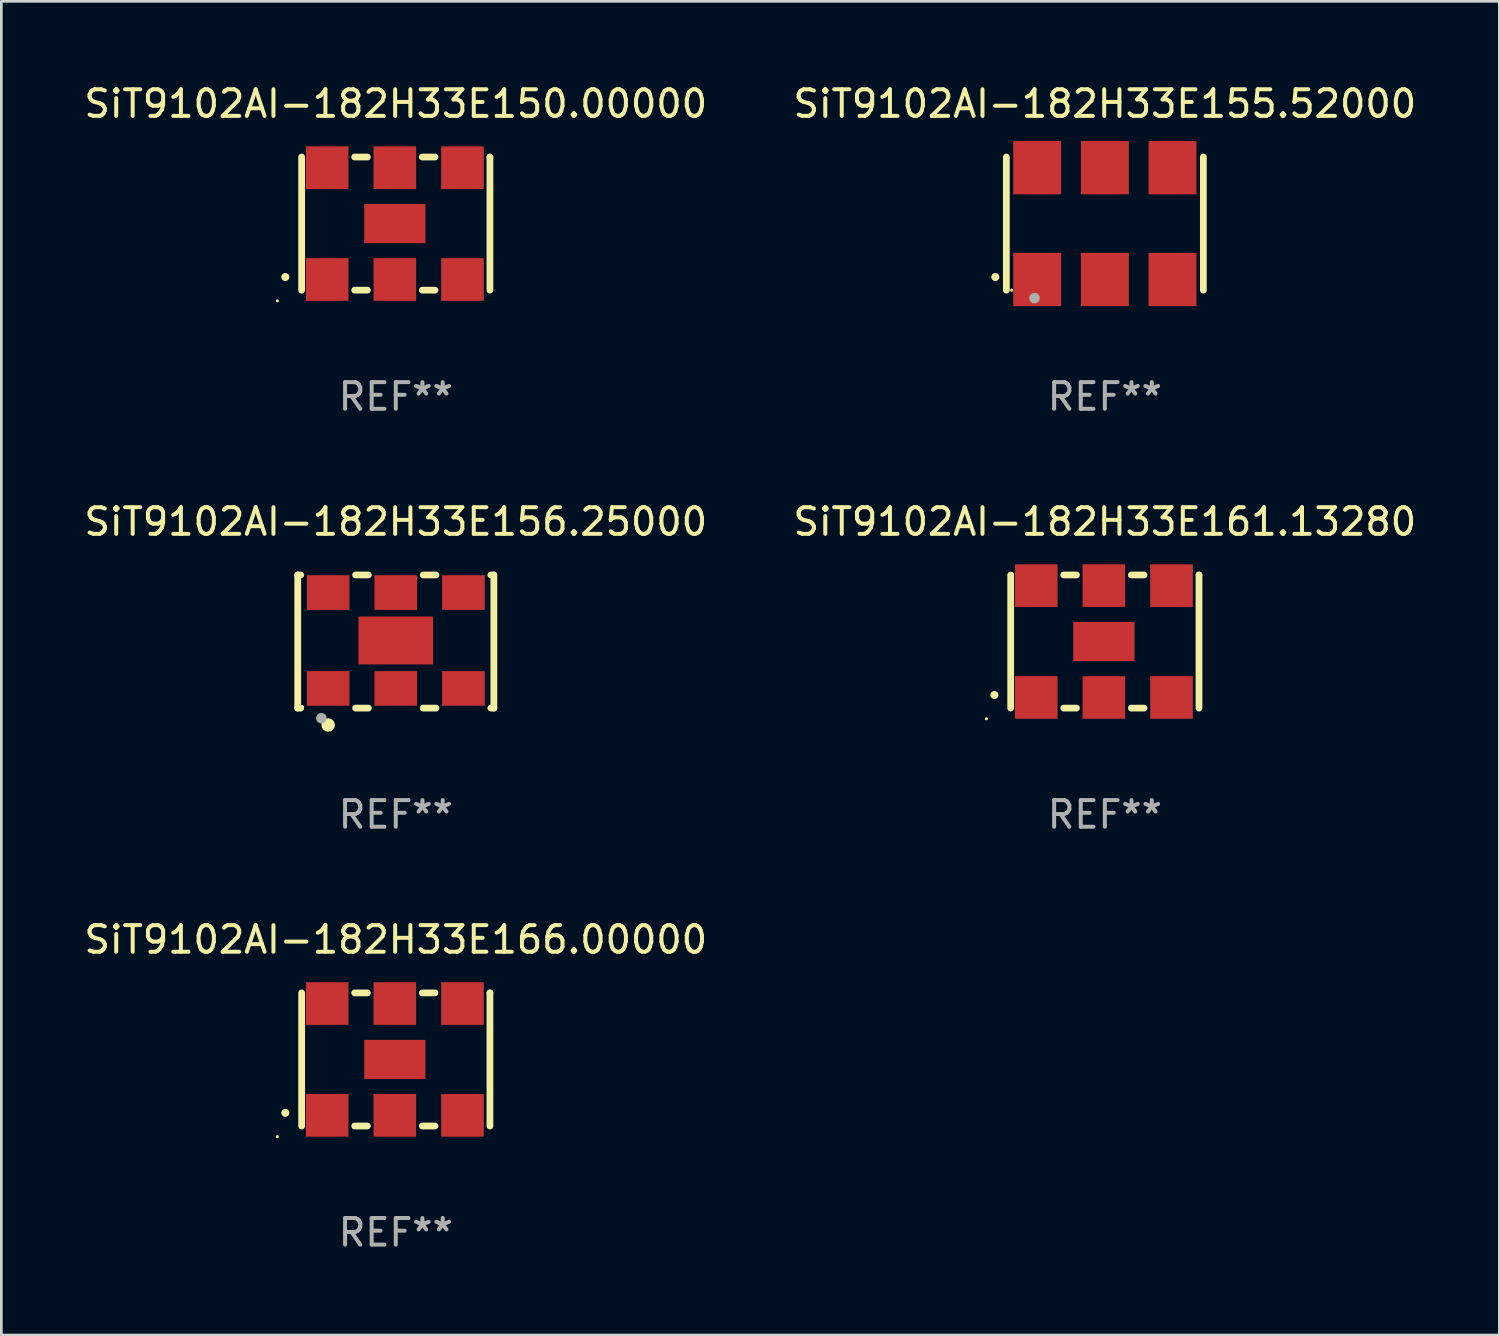
<source format=kicad_pcb>
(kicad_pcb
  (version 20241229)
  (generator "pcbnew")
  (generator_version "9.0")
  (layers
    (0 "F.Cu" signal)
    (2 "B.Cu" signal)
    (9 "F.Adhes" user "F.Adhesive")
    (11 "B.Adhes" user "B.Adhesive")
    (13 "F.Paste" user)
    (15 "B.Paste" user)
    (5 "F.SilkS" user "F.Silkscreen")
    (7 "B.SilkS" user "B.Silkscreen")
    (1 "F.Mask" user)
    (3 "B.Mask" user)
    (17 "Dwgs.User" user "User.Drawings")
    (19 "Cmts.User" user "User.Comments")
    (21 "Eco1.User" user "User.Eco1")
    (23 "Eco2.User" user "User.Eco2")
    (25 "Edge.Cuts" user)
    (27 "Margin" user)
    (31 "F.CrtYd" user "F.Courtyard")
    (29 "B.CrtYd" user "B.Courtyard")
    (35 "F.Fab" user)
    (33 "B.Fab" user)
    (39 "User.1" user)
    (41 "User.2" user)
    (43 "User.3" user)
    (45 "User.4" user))
  (footprint "SiT9102AI-182H33E161.13280"
    (layer "F.Cu")
    (at 38.446 21.045)
    (property "Reference" "SiT9102AI-182H33E161.13280" (at 0 -4.5 0) (layer "F.SilkS") (effects (font (size 1 1) (thickness 0.15))))
    (attr through_hole)
    (fp_line (start -3.536 -2.5) (end -3.536 2.5) (stroke (width 0.254) (type solid)) (layer "F.SilkS"))
    (fp_line (start -1.544 2.5) (end -1.067 2.5) (stroke (width 0.254) (type solid)) (layer "F.SilkS"))
    (fp_line (start -1.067 -2.5) (end -1.544 -2.5) (stroke (width 0.254) (type solid)) (layer "F.SilkS"))
    (fp_line (start 0.996 2.5) (end 1.473 2.5) (stroke (width 0.254) (type solid)) (layer "F.SilkS"))
    (fp_line (start 1.473 -2.5) (end 0.996 -2.5) (stroke (width 0.254) (type solid)) (layer "F.SilkS"))
    (fp_line (start 3.536 -2.5) (end 3.536 -2.5) (stroke (width 0.254) (type solid)) (layer "F.SilkS"))
    (fp_line (start 3.536 2.5) (end 3.536 -2.5) (stroke (width 0.254) (type solid)) (layer "F.SilkS"))
    (fp_arc (start -4.150432 2.006604) (mid -4.149162 2.006599) (end -4.147892 2.006604) (stroke (width 0.3) (type solid)) (layer "F.SilkS"))
    (fp_circle (center -4.449 2.9) (end -4.419 2.9) (stroke (width 0.06) (type solid)) (fill no) (layer "F.SilkS"))
    (fp_text user "REF**" (at 0 6.5 0) (layer "F.Fab") (effects (font (size 1 1) (thickness 0.15))))
    (pad "1" smd rect (at -2.576 2.1) (size 1.6 1.6) (layers "F.Cu" "F.Mask" "F.Paste"))
    (pad "2" smd rect (at -0.036 2.1) (size 1.6 1.6) (layers "F.Cu" "F.Mask" "F.Paste"))
    (pad "3" smd rect (at 2.504 2.1) (size 1.6 1.6) (layers "F.Cu" "F.Mask" "F.Paste"))
    (pad "4" smd rect (at 2.504 -2.1) (size 1.6 1.6) (layers "F.Cu" "F.Mask" "F.Paste"))
    (pad "5" smd rect (at -0.036 -2.1) (size 1.6 1.6) (layers "F.Cu" "F.Mask" "F.Paste"))
    (pad "6" smd rect (at -2.576 -2.1) (size 1.6 1.6) (layers "F.Cu" "F.Mask" "F.Paste"))
    (pad "7" smd rect (at -0.036 0) (size 2.3 1.47) (layers "F.Cu" "F.Mask" "F.Paste")))
  (footprint "SiT9102AI-182H33E166.00000"
    (layer "F.Cu")
    (at 11.815 36.741)
    (property "Reference" "SiT9102AI-182H33E166.00000" (at 0 -4.5 0) (layer "F.SilkS") (effects (font (size 1 1) (thickness 0.15))))
    (attr through_hole)
    (fp_line (start -3.536 -2.5) (end -3.536 2.5) (stroke (width 0.254) (type solid)) (layer "F.SilkS"))
    (fp_line (start -1.544 2.5) (end -1.067 2.5) (stroke (width 0.254) (type solid)) (layer "F.SilkS"))
    (fp_line (start -1.067 -2.5) (end -1.544 -2.5) (stroke (width 0.254) (type solid)) (layer "F.SilkS"))
    (fp_line (start 0.996 2.5) (end 1.473 2.5) (stroke (width 0.254) (type solid)) (layer "F.SilkS"))
    (fp_line (start 1.473 -2.5) (end 0.996 -2.5) (stroke (width 0.254) (type solid)) (layer "F.SilkS"))
    (fp_line (start 3.536 -2.5) (end 3.536 -2.5) (stroke (width 0.254) (type solid)) (layer "F.SilkS"))
    (fp_line (start 3.536 2.5) (end 3.536 -2.5) (stroke (width 0.254) (type solid)) (layer "F.SilkS"))
    (fp_arc (start -4.150432 2.006604) (mid -4.149162 2.006599) (end -4.147892 2.006604) (stroke (width 0.3) (type solid)) (layer "F.SilkS"))
    (fp_circle (center -4.449 2.9) (end -4.419 2.9) (stroke (width 0.06) (type solid)) (fill no) (layer "F.SilkS"))
    (fp_text user "REF**" (at 0 6.5 0) (layer "F.Fab") (effects (font (size 1 1) (thickness 0.15))))
    (pad "1" smd rect (at -2.576 2.1) (size 1.6 1.6) (layers "F.Cu" "F.Mask" "F.Paste"))
    (pad "2" smd rect (at -0.036 2.1) (size 1.6 1.6) (layers "F.Cu" "F.Mask" "F.Paste"))
    (pad "3" smd rect (at 2.504 2.1) (size 1.6 1.6) (layers "F.Cu" "F.Mask" "F.Paste"))
    (pad "4" smd rect (at 2.504 -2.1) (size 1.6 1.6) (layers "F.Cu" "F.Mask" "F.Paste"))
    (pad "5" smd rect (at -0.036 -2.1) (size 1.6 1.6) (layers "F.Cu" "F.Mask" "F.Paste"))
    (pad "6" smd rect (at -2.576 -2.1) (size 1.6 1.6) (layers "F.Cu" "F.Mask" "F.Paste"))
    (pad "7" smd rect (at -0.036 0) (size 2.3 1.47) (layers "F.Cu" "F.Mask" "F.Paste")))
  (footprint "SiT9102AI-182H33E150.00000"
    (layer "F.Cu")
    (at 11.815 5.348)
    (property "Reference" "SiT9102AI-182H33E150.00000" (at 0 -4.5 0) (layer "F.SilkS") (effects (font (size 1 1) (thickness 0.15))))
    (attr through_hole)
    (fp_line (start -3.536 -2.5) (end -3.536 2.5) (stroke (width 0.254) (type solid)) (layer "F.SilkS"))
    (fp_line (start -1.544 2.5) (end -1.067 2.5) (stroke (width 0.254) (type solid)) (layer "F.SilkS"))
    (fp_line (start -1.067 -2.5) (end -1.544 -2.5) (stroke (width 0.254) (type solid)) (layer "F.SilkS"))
    (fp_line (start 0.996 2.5) (end 1.473 2.5) (stroke (width 0.254) (type solid)) (layer "F.SilkS"))
    (fp_line (start 1.473 -2.5) (end 0.996 -2.5) (stroke (width 0.254) (type solid)) (layer "F.SilkS"))
    (fp_line (start 3.536 -2.5) (end 3.536 -2.5) (stroke (width 0.254) (type solid)) (layer "F.SilkS"))
    (fp_line (start 3.536 2.5) (end 3.536 -2.5) (stroke (width 0.254) (type solid)) (layer "F.SilkS"))
    (fp_arc (start -4.150432 2.006604) (mid -4.149162 2.006599) (end -4.147892 2.006604) (stroke (width 0.3) (type solid)) (layer "F.SilkS"))
    (fp_circle (center -4.449 2.9) (end -4.419 2.9) (stroke (width 0.06) (type solid)) (fill no) (layer "F.SilkS"))
    (fp_text user "REF**" (at 0 6.5 0) (layer "F.Fab") (effects (font (size 1 1) (thickness 0.15))))
    (pad "1" smd rect (at -2.576 2.1) (size 1.6 1.6) (layers "F.Cu" "F.Mask" "F.Paste"))
    (pad "2" smd rect (at -0.036 2.1) (size 1.6 1.6) (layers "F.Cu" "F.Mask" "F.Paste"))
    (pad "3" smd rect (at 2.504 2.1) (size 1.6 1.6) (layers "F.Cu" "F.Mask" "F.Paste"))
    (pad "4" smd rect (at 2.504 -2.1) (size 1.6 1.6) (layers "F.Cu" "F.Mask" "F.Paste"))
    (pad "5" smd rect (at -0.036 -2.1) (size 1.6 1.6) (layers "F.Cu" "F.Mask" "F.Paste"))
    (pad "6" smd rect (at -2.576 -2.1) (size 1.6 1.6) (layers "F.Cu" "F.Mask" "F.Paste"))
    (pad "7" smd rect (at -0.036 0) (size 2.3 1.47) (layers "F.Cu" "F.Mask" "F.Paste")))
  (footprint "SiT9102AI-182H33E156.25000"
    (layer "F.Cu")
    (at 11.815 21.045)
    (property "Reference" "SiT9102AI-182H33E156.25000" (at 0 -4.5 0) (layer "F.SilkS") (effects (font (size 1 1) (thickness 0.15))))
    (attr through_hole)
    (fp_line (start -3.683 -2.5) (end -3.571 -2.5) (stroke (width 0.254) (type solid)) (layer "F.SilkS"))
    (fp_line (start -3.683 2.5) (end -3.683 -2.5) (stroke (width 0.254) (type solid)) (layer "F.SilkS"))
    (fp_line (start -3.683 2.5) (end -3.571 2.5) (stroke (width 0.254) (type solid)) (layer "F.SilkS"))
    (fp_line (start -1.509 -2.5) (end -1.031 -2.5) (stroke (width 0.254) (type solid)) (layer "F.SilkS"))
    (fp_line (start -1.509 2.5) (end -1.031 2.5) (stroke (width 0.254) (type solid)) (layer "F.SilkS"))
    (fp_line (start 1.031 -2.5) (end 1.509 -2.5) (stroke (width 0.254) (type solid)) (layer "F.SilkS"))
    (fp_line (start 1.031 2.5) (end 1.509 2.5) (stroke (width 0.254) (type solid)) (layer "F.SilkS"))
    (fp_line (start 3.571 -2.5) (end 3.683 -2.5) (stroke (width 0.254) (type solid)) (layer "F.SilkS"))
    (fp_line (start 3.571 2.5) (end 3.683 2.5) (stroke (width 0.254) (type solid)) (layer "F.SilkS"))
    (fp_line (start 3.683 2.5) (end 3.683 -2.5) (stroke (width 0.254) (type solid)) (layer "F.SilkS"))
    (fp_circle (center -3.5 2.46) (end -3.47 2.46) (stroke (width 0.06) (type solid)) (fill no) (layer "F.SilkS"))
    (fp_circle (center -2.54 3.135) (end -2.413 3.135) (stroke (width 0.254) (type solid)) (fill no) (layer "F.SilkS"))
    (fp_circle (center -2.794 2.881) (end -2.694 2.881) (stroke (width 0.2) (type solid)) (fill no) (layer "F.Fab"))
    (fp_text user "REF**" (at 0 6.5 0) (layer "F.Fab") (effects (font (size 1 1) (thickness 0.15))))
    (pad "1" smd rect (at -2.54 1.76) (size 1.6 1.3) (layers "F.Cu" "F.Mask" "F.Paste"))
    (pad "2" smd rect (at 0 1.76) (size 1.6 1.3) (layers "F.Cu" "F.Mask" "F.Paste"))
    (pad "3" smd rect (at 2.54 1.76) (size 1.6 1.3) (layers "F.Cu" "F.Mask" "F.Paste"))
    (pad "4" smd rect (at 2.54 -1.84) (size 1.6 1.3) (layers "F.Cu" "F.Mask" "F.Paste"))
    (pad "5" smd rect (at 0 -1.84) (size 1.6 1.3) (layers "F.Cu" "F.Mask" "F.Paste"))
    (pad "6" smd rect (at -2.54 -1.84) (size 1.6 1.3) (layers "F.Cu" "F.Mask" "F.Paste"))
    (pad "7" smd rect (at 0 -0.04) (size 2.8 1.8) (layers "F.Cu" "F.Mask" "F.Paste")))
  (footprint "SiT9102AI-182H33E155.52000"
    (layer "F.Cu")
    (at 38.446 5.348)
    (property "Reference" "SiT9102AI-182H33E155.52000" (at 0 -4.5 0) (layer "F.SilkS") (effects (font (size 1 1) (thickness 0.15))))
    (attr through_hole)
    (fp_line (start -3.7 -2.5) (end -3.7 2.5) (stroke (width 0.254) (type solid)) (layer "F.SilkS"))
    (fp_line (start 3.7 -2.5) (end 3.7 2.5) (stroke (width 0.254) (type solid)) (layer "F.SilkS"))
    (fp_arc (start -4.114415 2.006604) (mid -4.113145 2.006599) (end -4.111875 2.006604) (stroke (width 0.3) (type solid)) (layer "F.SilkS"))
    (fp_circle (center -3.5 2.501) (end -3.47 2.501) (stroke (width 0.06) (type solid)) (fill no) (layer "F.SilkS"))
    (fp_circle (center -2.641 2.799) (end -2.541 2.799) (stroke (width 0.2) (type solid)) (fill no) (layer "F.Fab"))
    (fp_text user "REF**" (at 0 6.5 0) (layer "F.Fab") (effects (font (size 1 1) (thickness 0.15))))
    (pad "1" smd rect (at -2.54 2.1) (size 1.8 2) (layers "F.Cu" "F.Mask" "F.Paste"))
    (pad "2" smd rect (at 0.000394 2.1) (size 1.8 2) (layers "F.Cu" "F.Mask" "F.Paste"))
    (pad "3" smd rect (at 2.54 2.1) (size 1.8 2) (layers "F.Cu" "F.Mask" "F.Paste"))
    (pad "4" smd rect (at 2.54 -2.1) (size 1.8 2) (layers "F.Cu" "F.Mask" "F.Paste"))
    (pad "5" smd rect (at 0.000394 -2.1) (size 1.8 2) (layers "F.Cu" "F.Mask" "F.Paste"))
    (pad "6" smd rect (at -2.54 -2.1) (size 1.8 2) (layers "F.Cu" "F.Mask" "F.Paste")))
  (gr_rect
    (start -3 -3)
    (end 53.262 47.09)
    (stroke (width 0.1) (type default))
    (fill no)
    (layer "Edge.Cuts")))
</source>
